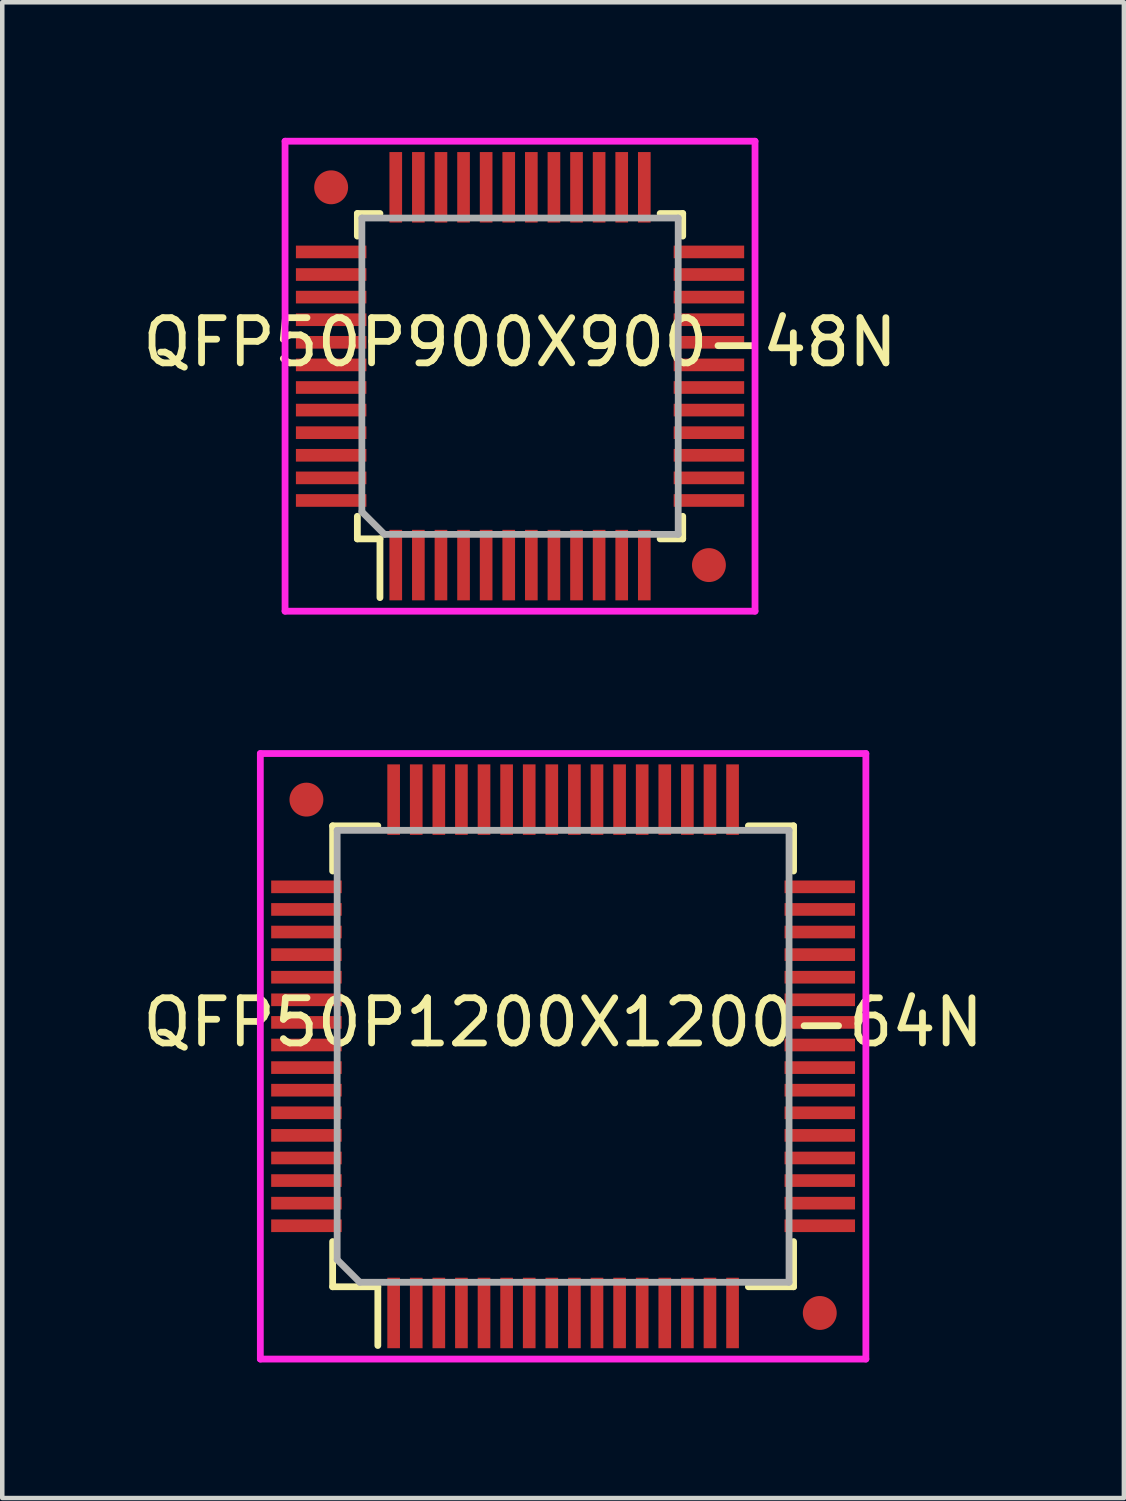
<source format=kicad_pcb>
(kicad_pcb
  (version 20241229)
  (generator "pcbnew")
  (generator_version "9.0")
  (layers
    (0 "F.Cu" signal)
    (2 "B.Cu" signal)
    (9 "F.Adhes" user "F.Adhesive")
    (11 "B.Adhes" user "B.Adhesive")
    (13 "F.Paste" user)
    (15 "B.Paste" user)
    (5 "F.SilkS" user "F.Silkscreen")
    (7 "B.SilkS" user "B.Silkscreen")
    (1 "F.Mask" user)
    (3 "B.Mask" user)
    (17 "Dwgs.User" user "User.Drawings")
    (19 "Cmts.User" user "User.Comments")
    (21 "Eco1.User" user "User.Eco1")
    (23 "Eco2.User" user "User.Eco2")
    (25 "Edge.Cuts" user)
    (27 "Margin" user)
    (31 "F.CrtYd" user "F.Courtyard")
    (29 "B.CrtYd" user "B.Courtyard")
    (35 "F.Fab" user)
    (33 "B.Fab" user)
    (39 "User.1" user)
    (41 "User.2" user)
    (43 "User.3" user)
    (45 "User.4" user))
  (footprint "QFP50P900X900-48N"
    (layer "F.Cu")
    (at 8.458 5.275)
    (property "Reference" "QFP50P900X900-48N" (at 0 -0.75 0) (layer "F.SilkS") (effects (font (size 1 1) (thickness 0.15))))
    (attr through_hole)
    (fp_line (start -3.6 -3.6) (end -3.6 -3.1) (stroke (width 0.15) (type solid)) (layer "F.SilkS"))
    (fp_line (start -3.6 3.1) (end -3.6 3.6) (stroke (width 0.15) (type solid)) (layer "F.SilkS"))
    (fp_line (start -3.6 3.6) (end -3.1 3.6) (stroke (width 0.15) (type solid)) (layer "F.SilkS"))
    (fp_line (start -3.1 -3.6) (end -3.6 -3.6) (stroke (width 0.15) (type solid)) (layer "F.SilkS"))
    (fp_line (start -3.1 3.6) (end -3.1 4.9) (stroke (width 0.15) (type solid)) (layer "F.SilkS"))
    (fp_line (start 3.1 -3.6) (end 3.6 -3.6) (stroke (width 0.15) (type solid)) (layer "F.SilkS"))
    (fp_line (start 3.6 -3.6) (end 3.6 -3.1) (stroke (width 0.15) (type solid)) (layer "F.SilkS"))
    (fp_line (start 3.6 3.1) (end 3.6 3.6) (stroke (width 0.15) (type solid)) (layer "F.SilkS"))
    (fp_line (start 3.6 3.6) (end 3.1 3.6) (stroke (width 0.15) (type solid)) (layer "F.SilkS"))
    (fp_line (start -5.2 -5.2) (end -5.2 5.2) (stroke (width 0.15) (type solid)) (layer "F.CrtYd"))
    (fp_line (start -5.2 5.2) (end 5.2 5.2) (stroke (width 0.15) (type solid)) (layer "F.CrtYd"))
    (fp_line (start 5.2 -5.2) (end -5.2 -5.2) (stroke (width 0.15) (type solid)) (layer "F.CrtYd"))
    (fp_line (start 5.2 5.2) (end 5.2 -5.2) (stroke (width 0.15) (type solid)) (layer "F.CrtYd"))
    (fp_line (start -3.5 -3.5) (end 3.5 -3.5) (stroke (width 0.15) (type solid)) (layer "F.Fab"))
    (fp_line (start -3.5 3) (end -3.5 -3.5) (stroke (width 0.15) (type solid)) (layer "F.Fab"))
    (fp_line (start -3 3.5) (end -3.5 3) (stroke (width 0.15) (type solid)) (layer "F.Fab"))
    (fp_line (start 3.5 -3.5) (end 3.5 3.5) (stroke (width 0.15) (type solid)) (layer "F.Fab"))
    (fp_line (start 3.5 3.5) (end -3 3.5) (stroke (width 0.15) (type solid)) (layer "F.Fab"))
    (pad "1" smd rect (at -2.75 4.18) (size 0.28 1.56) (layers "F.Cu" "F.Mask" "F.Paste"))
    (pad "2" smd rect (at -2.25 4.18) (size 0.28 1.56) (layers "F.Cu" "F.Mask" "F.Paste"))
    (pad "3" smd rect (at -1.75 4.18) (size 0.28 1.56) (layers "F.Cu" "F.Mask" "F.Paste"))
    (pad "4" smd rect (at -1.25 4.18) (size 0.28 1.56) (layers "F.Cu" "F.Mask" "F.Paste"))
    (pad "5" smd rect (at -0.75 4.18) (size 0.28 1.56) (layers "F.Cu" "F.Mask" "F.Paste"))
    (pad "6" smd rect (at -0.25 4.18) (size 0.28 1.56) (layers "F.Cu" "F.Mask" "F.Paste"))
    (pad "7" smd rect (at 0.25 4.18) (size 0.28 1.56) (layers "F.Cu" "F.Mask" "F.Paste"))
    (pad "8" smd rect (at 0.75 4.18) (size 0.28 1.56) (layers "F.Cu" "F.Mask" "F.Paste"))
    (pad "9" smd rect (at 1.25 4.18) (size 0.28 1.56) (layers "F.Cu" "F.Mask" "F.Paste"))
    (pad "10" smd rect (at 1.75 4.18) (size 0.28 1.56) (layers "F.Cu" "F.Mask" "F.Paste"))
    (pad "11" smd rect (at 2.25 4.18) (size 0.28 1.56) (layers "F.Cu" "F.Mask" "F.Paste"))
    (pad "12" smd rect (at 2.75 4.18) (size 0.28 1.56) (layers "F.Cu" "F.Mask" "F.Paste"))
    (pad "13" smd rect (at 4.18 2.75 90) (size 0.28 1.56) (layers "F.Cu" "F.Mask" "F.Paste"))
    (pad "14" smd rect (at 4.18 2.25 90) (size 0.28 1.56) (layers "F.Cu" "F.Mask" "F.Paste"))
    (pad "15" smd rect (at 4.18 1.75 90) (size 0.28 1.56) (layers "F.Cu" "F.Mask" "F.Paste"))
    (pad "16" smd rect (at 4.18 1.25 90) (size 0.28 1.56) (layers "F.Cu" "F.Mask" "F.Paste"))
    (pad "17" smd rect (at 4.18 0.75 90) (size 0.28 1.56) (layers "F.Cu" "F.Mask" "F.Paste"))
    (pad "18" smd rect (at 4.18 0.25 90) (size 0.28 1.56) (layers "F.Cu" "F.Mask" "F.Paste"))
    (pad "19" smd rect (at 4.18 -0.25 90) (size 0.28 1.56) (layers "F.Cu" "F.Mask" "F.Paste"))
    (pad "20" smd rect (at 4.18 -0.75 90) (size 0.28 1.56) (layers "F.Cu" "F.Mask" "F.Paste"))
    (pad "21" smd rect (at 4.18 -1.25 90) (size 0.28 1.56) (layers "F.Cu" "F.Mask" "F.Paste"))
    (pad "22" smd rect (at 4.18 -1.75 90) (size 0.28 1.56) (layers "F.Cu" "F.Mask" "F.Paste"))
    (pad "23" smd rect (at 4.18 -2.25 90) (size 0.28 1.56) (layers "F.Cu" "F.Mask" "F.Paste"))
    (pad "24" smd rect (at 4.18 -2.75 90) (size 0.28 1.56) (layers "F.Cu" "F.Mask" "F.Paste"))
    (pad "25" smd rect (at 2.75 -4.18 180) (size 0.28 1.56) (layers "F.Cu" "F.Mask" "F.Paste"))
    (pad "26" smd rect (at 2.25 -4.18 180) (size 0.28 1.56) (layers "F.Cu" "F.Mask" "F.Paste"))
    (pad "27" smd rect (at 1.75 -4.18 180) (size 0.28 1.56) (layers "F.Cu" "F.Mask" "F.Paste"))
    (pad "28" smd rect (at 1.25 -4.18 180) (size 0.28 1.56) (layers "F.Cu" "F.Mask" "F.Paste"))
    (pad "29" smd rect (at 0.75 -4.18 180) (size 0.28 1.56) (layers "F.Cu" "F.Mask" "F.Paste"))
    (pad "30" smd rect (at 0.25 -4.18 180) (size 0.28 1.56) (layers "F.Cu" "F.Mask" "F.Paste"))
    (pad "31" smd rect (at -0.25 -4.18 180) (size 0.28 1.56) (layers "F.Cu" "F.Mask" "F.Paste"))
    (pad "32" smd rect (at -0.75 -4.18 180) (size 0.28 1.56) (layers "F.Cu" "F.Mask" "F.Paste"))
    (pad "33" smd rect (at -1.25 -4.18 180) (size 0.28 1.56) (layers "F.Cu" "F.Mask" "F.Paste"))
    (pad "34" smd rect (at -1.75 -4.18 180) (size 0.28 1.56) (layers "F.Cu" "F.Mask" "F.Paste"))
    (pad "35" smd rect (at -2.25 -4.18 180) (size 0.28 1.56) (layers "F.Cu" "F.Mask" "F.Paste"))
    (pad "36" smd rect (at -2.75 -4.18 180) (size 0.28 1.56) (layers "F.Cu" "F.Mask" "F.Paste"))
    (pad "37" smd rect (at -4.18 -2.75 270) (size 0.28 1.56) (layers "F.Cu" "F.Mask" "F.Paste"))
    (pad "38" smd rect (at -4.18 -2.25 270) (size 0.28 1.56) (layers "F.Cu" "F.Mask" "F.Paste"))
    (pad "39" smd rect (at -4.18 -1.75 270) (size 0.28 1.56) (layers "F.Cu" "F.Mask" "F.Paste"))
    (pad "40" smd rect (at -4.18 -1.25 270) (size 0.28 1.56) (layers "F.Cu" "F.Mask" "F.Paste"))
    (pad "41" smd rect (at -4.18 -0.75 270) (size 0.28 1.56) (layers "F.Cu" "F.Mask" "F.Paste"))
    (pad "42" smd rect (at -4.18 -0.25 270) (size 0.28 1.56) (layers "F.Cu" "F.Mask" "F.Paste"))
    (pad "43" smd rect (at -4.18 0.25 270) (size 0.28 1.56) (layers "F.Cu" "F.Mask" "F.Paste"))
    (pad "44" smd rect (at -4.18 0.75 270) (size 0.28 1.56) (layers "F.Cu" "F.Mask" "F.Paste"))
    (pad "45" smd rect (at -4.18 1.25 270) (size 0.28 1.56) (layers "F.Cu" "F.Mask" "F.Paste"))
    (pad "46" smd rect (at -4.18 1.75 270) (size 0.28 1.56) (layers "F.Cu" "F.Mask" "F.Paste"))
    (pad "47" smd rect (at -4.18 2.25 270) (size 0.28 1.56) (layers "F.Cu" "F.Mask" "F.Paste"))
    (pad "48" smd rect (at -4.18 2.75 270) (size 0.28 1.56) (layers "F.Cu" "F.Mask" "F.Paste"))
    (pad "FD1" smd circle (at 4.18 4.18 270) (size 0.75 0.75) (layers "F.Cu" "F.Mask"))
    (pad "FD2" smd circle (at -4.18 -4.18 270) (size 0.75 0.75) (layers "F.Cu" "F.Mask")))
  (footprint "QFP50P1200X1200-64N"
    (layer "F.Cu")
    (at 9.411 20.325)
    (property "Reference" "QFP50P1200X1200-64N" (at 0 -0.75 0) (layer "F.SilkS") (effects (font (size 1 1) (thickness 0.15))))
    (attr through_hole)
    (fp_line (start -5.1 -5.1) (end -4.1 -5.1) (stroke (width 0.15) (type solid)) (layer "F.SilkS"))
    (fp_line (start -5.1 -4.1) (end -5.1 -5.1) (stroke (width 0.15) (type solid)) (layer "F.SilkS"))
    (fp_line (start -5.1 4.1) (end -5.1 5.1) (stroke (width 0.15) (type solid)) (layer "F.SilkS"))
    (fp_line (start -5.1 5.1) (end -4.1 5.1) (stroke (width 0.15) (type solid)) (layer "F.SilkS"))
    (fp_line (start -4.1 5.1) (end -4.1 6.4) (stroke (width 0.15) (type solid)) (layer "F.SilkS"))
    (fp_line (start 4.1 -5.1) (end 5.1 -5.1) (stroke (width 0.15) (type solid)) (layer "F.SilkS"))
    (fp_line (start 5.1 -5.1) (end 5.1 -4.1) (stroke (width 0.15) (type solid)) (layer "F.SilkS"))
    (fp_line (start 5.1 4.1) (end 5.1 5.1) (stroke (width 0.15) (type solid)) (layer "F.SilkS"))
    (fp_line (start 5.1 5.1) (end 4.1 5.1) (stroke (width 0.15) (type solid)) (layer "F.SilkS"))
    (fp_line (start -6.7 -6.7) (end 6.7 -6.7) (stroke (width 0.15) (type solid)) (layer "F.CrtYd"))
    (fp_line (start -6.7 6.7) (end -6.7 -6.7) (stroke (width 0.15) (type solid)) (layer "F.CrtYd"))
    (fp_line (start 6.7 -6.7) (end 6.7 6.7) (stroke (width 0.15) (type solid)) (layer "F.CrtYd"))
    (fp_line (start 6.7 6.7) (end -6.7 6.7) (stroke (width 0.15) (type solid)) (layer "F.CrtYd"))
    (fp_line (start -5 -5) (end 5 -5) (stroke (width 0.15) (type solid)) (layer "F.Fab"))
    (fp_line (start -5 4.5) (end -5 -5) (stroke (width 0.15) (type solid)) (layer "F.Fab"))
    (fp_line (start -4.5 5) (end -5 4.5) (stroke (width 0.15) (type solid)) (layer "F.Fab"))
    (fp_line (start 5 -5) (end 5 5) (stroke (width 0.15) (type solid)) (layer "F.Fab"))
    (fp_line (start 5 5) (end -4.5 5) (stroke (width 0.15) (type solid)) (layer "F.Fab"))
    (pad "1" smd rect (at -3.75 5.68) (size 0.28 1.56) (layers "F.Cu" "F.Mask" "F.Paste"))
    (pad "2" smd rect (at -3.25 5.68) (size 0.28 1.56) (layers "F.Cu" "F.Mask" "F.Paste"))
    (pad "3" smd rect (at -2.75 5.68) (size 0.28 1.56) (layers "F.Cu" "F.Mask" "F.Paste"))
    (pad "4" smd rect (at -2.25 5.68) (size 0.28 1.56) (layers "F.Cu" "F.Mask" "F.Paste"))
    (pad "5" smd rect (at -1.75 5.68) (size 0.28 1.56) (layers "F.Cu" "F.Mask" "F.Paste"))
    (pad "6" smd rect (at -1.25 5.68) (size 0.28 1.56) (layers "F.Cu" "F.Mask" "F.Paste"))
    (pad "7" smd rect (at -0.75 5.68) (size 0.28 1.56) (layers "F.Cu" "F.Mask" "F.Paste"))
    (pad "8" smd rect (at -0.25 5.68) (size 0.28 1.56) (layers "F.Cu" "F.Mask" "F.Paste"))
    (pad "9" smd rect (at 0.25 5.68) (size 0.28 1.56) (layers "F.Cu" "F.Mask" "F.Paste"))
    (pad "10" smd rect (at 0.75 5.68) (size 0.28 1.56) (layers "F.Cu" "F.Mask" "F.Paste"))
    (pad "11" smd rect (at 1.25 5.68) (size 0.28 1.56) (layers "F.Cu" "F.Mask" "F.Paste"))
    (pad "12" smd rect (at 1.75 5.68) (size 0.28 1.56) (layers "F.Cu" "F.Mask" "F.Paste"))
    (pad "13" smd rect (at 2.25 5.68) (size 0.28 1.56) (layers "F.Cu" "F.Mask" "F.Paste"))
    (pad "14" smd rect (at 2.75 5.68) (size 0.28 1.56) (layers "F.Cu" "F.Mask" "F.Paste"))
    (pad "15" smd rect (at 3.25 5.68) (size 0.28 1.56) (layers "F.Cu" "F.Mask" "F.Paste"))
    (pad "16" smd rect (at 3.75 5.68) (size 0.28 1.56) (layers "F.Cu" "F.Mask" "F.Paste"))
    (pad "17" smd rect (at 5.68 3.75 90) (size 0.28 1.56) (layers "F.Cu" "F.Mask" "F.Paste"))
    (pad "18" smd rect (at 5.68 3.25 90) (size 0.28 1.56) (layers "F.Cu" "F.Mask" "F.Paste"))
    (pad "19" smd rect (at 5.68 2.75 90) (size 0.28 1.56) (layers "F.Cu" "F.Mask" "F.Paste"))
    (pad "20" smd rect (at 5.68 2.25 90) (size 0.28 1.56) (layers "F.Cu" "F.Mask" "F.Paste"))
    (pad "21" smd rect (at 5.68 1.75 90) (size 0.28 1.56) (layers "F.Cu" "F.Mask" "F.Paste"))
    (pad "22" smd rect (at 5.68 1.25 90) (size 0.28 1.56) (layers "F.Cu" "F.Mask" "F.Paste"))
    (pad "23" smd rect (at 5.68 0.75 90) (size 0.28 1.56) (layers "F.Cu" "F.Mask" "F.Paste"))
    (pad "24" smd rect (at 5.68 0.25 90) (size 0.28 1.56) (layers "F.Cu" "F.Mask" "F.Paste"))
    (pad "25" smd rect (at 5.68 -0.25 90) (size 0.28 1.56) (layers "F.Cu" "F.Mask" "F.Paste"))
    (pad "26" smd rect (at 5.68 -0.75 90) (size 0.28 1.56) (layers "F.Cu" "F.Mask" "F.Paste"))
    (pad "27" smd rect (at 5.68 -1.25 90) (size 0.28 1.56) (layers "F.Cu" "F.Mask" "F.Paste"))
    (pad "28" smd rect (at 5.68 -1.75 90) (size 0.28 1.56) (layers "F.Cu" "F.Mask" "F.Paste"))
    (pad "29" smd rect (at 5.68 -2.25 90) (size 0.28 1.56) (layers "F.Cu" "F.Mask" "F.Paste"))
    (pad "30" smd rect (at 5.68 -2.75 90) (size 0.28 1.56) (layers "F.Cu" "F.Mask" "F.Paste"))
    (pad "31" smd rect (at 5.68 -3.25 90) (size 0.28 1.56) (layers "F.Cu" "F.Mask" "F.Paste"))
    (pad "32" smd rect (at 5.68 -3.75 90) (size 0.28 1.56) (layers "F.Cu" "F.Mask" "F.Paste"))
    (pad "33" smd rect (at 3.75 -5.68 180) (size 0.28 1.56) (layers "F.Cu" "F.Mask" "F.Paste"))
    (pad "34" smd rect (at 3.25 -5.68 180) (size 0.28 1.56) (layers "F.Cu" "F.Mask" "F.Paste"))
    (pad "35" smd rect (at 2.75 -5.68 180) (size 0.28 1.56) (layers "F.Cu" "F.Mask" "F.Paste"))
    (pad "36" smd rect (at 2.25 -5.68 180) (size 0.28 1.56) (layers "F.Cu" "F.Mask" "F.Paste"))
    (pad "37" smd rect (at 1.75 -5.68 180) (size 0.28 1.56) (layers "F.Cu" "F.Mask" "F.Paste"))
    (pad "38" smd rect (at 1.25 -5.68 180) (size 0.28 1.56) (layers "F.Cu" "F.Mask" "F.Paste"))
    (pad "39" smd rect (at 0.75 -5.68 180) (size 0.28 1.56) (layers "F.Cu" "F.Mask" "F.Paste"))
    (pad "40" smd rect (at 0.25 -5.68 180) (size 0.28 1.56) (layers "F.Cu" "F.Mask" "F.Paste"))
    (pad "41" smd rect (at -0.25 -5.68 180) (size 0.28 1.56) (layers "F.Cu" "F.Mask" "F.Paste"))
    (pad "42" smd rect (at -0.75 -5.68 180) (size 0.28 1.56) (layers "F.Cu" "F.Mask" "F.Paste"))
    (pad "43" smd rect (at -1.25 -5.68 180) (size 0.28 1.56) (layers "F.Cu" "F.Mask" "F.Paste"))
    (pad "44" smd rect (at -1.75 -5.68 180) (size 0.28 1.56) (layers "F.Cu" "F.Mask" "F.Paste"))
    (pad "45" smd rect (at -2.25 -5.68 180) (size 0.28 1.56) (layers "F.Cu" "F.Mask" "F.Paste"))
    (pad "46" smd rect (at -2.75 -5.68 180) (size 0.28 1.56) (layers "F.Cu" "F.Mask" "F.Paste"))
    (pad "47" smd rect (at -3.25 -5.68 180) (size 0.28 1.56) (layers "F.Cu" "F.Mask" "F.Paste"))
    (pad "48" smd rect (at -3.75 -5.68 180) (size 0.28 1.56) (layers "F.Cu" "F.Mask" "F.Paste"))
    (pad "49" smd rect (at -5.68 -3.75 270) (size 0.28 1.56) (layers "F.Cu" "F.Mask" "F.Paste"))
    (pad "50" smd rect (at -5.68 -3.25 270) (size 0.28 1.56) (layers "F.Cu" "F.Mask" "F.Paste"))
    (pad "51" smd rect (at -5.68 -2.75 270) (size 0.28 1.56) (layers "F.Cu" "F.Mask" "F.Paste"))
    (pad "52" smd rect (at -5.68 -2.25 270) (size 0.28 1.56) (layers "F.Cu" "F.Mask" "F.Paste"))
    (pad "53" smd rect (at -5.68 -1.75 270) (size 0.28 1.56) (layers "F.Cu" "F.Mask" "F.Paste"))
    (pad "54" smd rect (at -5.68 -1.25 270) (size 0.28 1.56) (layers "F.Cu" "F.Mask" "F.Paste"))
    (pad "55" smd rect (at -5.68 -0.75 270) (size 0.28 1.56) (layers "F.Cu" "F.Mask" "F.Paste"))
    (pad "56" smd rect (at -5.68 -0.25 270) (size 0.28 1.56) (layers "F.Cu" "F.Mask" "F.Paste"))
    (pad "57" smd rect (at -5.68 0.25 270) (size 0.28 1.56) (layers "F.Cu" "F.Mask" "F.Paste"))
    (pad "58" smd rect (at -5.68 0.75 270) (size 0.28 1.56) (layers "F.Cu" "F.Mask" "F.Paste"))
    (pad "59" smd rect (at -5.68 1.25 270) (size 0.28 1.56) (layers "F.Cu" "F.Mask" "F.Paste"))
    (pad "60" smd rect (at -5.68 1.75 270) (size 0.28 1.56) (layers "F.Cu" "F.Mask" "F.Paste"))
    (pad "61" smd rect (at -5.68 2.25 270) (size 0.28 1.56) (layers "F.Cu" "F.Mask" "F.Paste"))
    (pad "62" smd rect (at -5.68 2.75 270) (size 0.28 1.56) (layers "F.Cu" "F.Mask" "F.Paste"))
    (pad "63" smd rect (at -5.68 3.25 270) (size 0.28 1.56) (layers "F.Cu" "F.Mask" "F.Paste"))
    (pad "64" smd rect (at -5.68 3.75 270) (size 0.28 1.56) (layers "F.Cu" "F.Mask" "F.Paste"))
    (pad "FD1" smd circle (at 5.68 5.68 270) (size 0.75 0.75) (layers "F.Cu" "F.Mask"))
    (pad "FD2" smd circle (at -5.68 -5.68 270) (size 0.75 0.75) (layers "F.Cu" "F.Mask")))
  (gr_rect
    (start -3 -3)
    (end 21.821 30.1)
    (stroke (width 0.1) (type default))
    (fill no)
    (layer "Edge.Cuts")))
</source>
